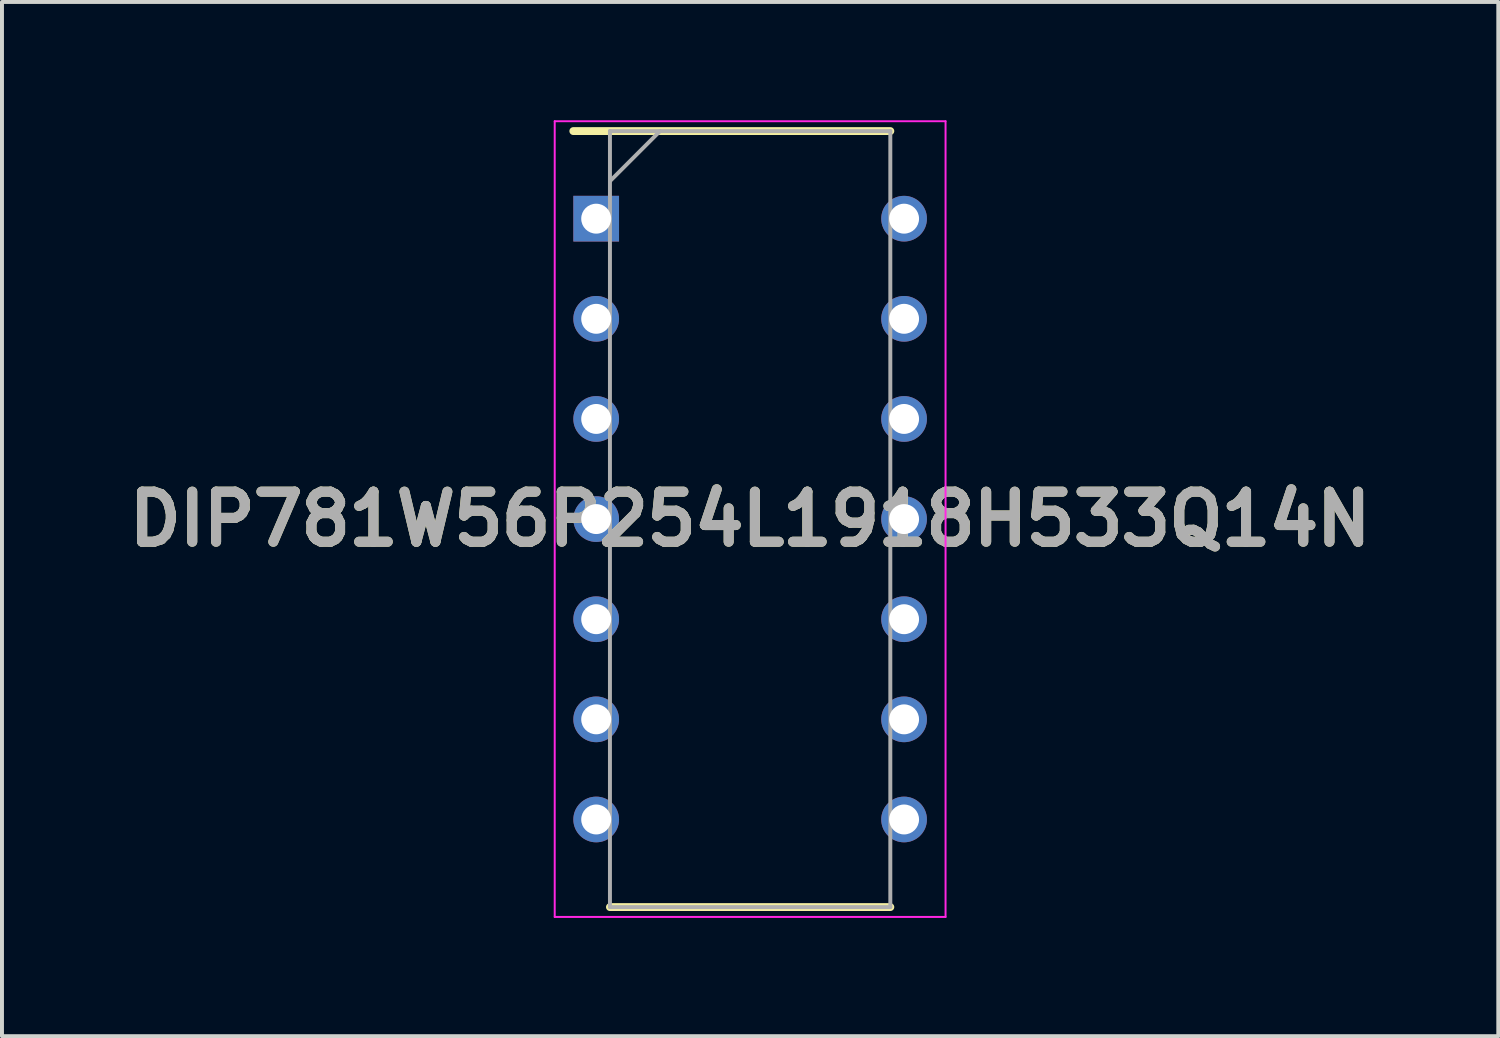
<source format=kicad_pcb>
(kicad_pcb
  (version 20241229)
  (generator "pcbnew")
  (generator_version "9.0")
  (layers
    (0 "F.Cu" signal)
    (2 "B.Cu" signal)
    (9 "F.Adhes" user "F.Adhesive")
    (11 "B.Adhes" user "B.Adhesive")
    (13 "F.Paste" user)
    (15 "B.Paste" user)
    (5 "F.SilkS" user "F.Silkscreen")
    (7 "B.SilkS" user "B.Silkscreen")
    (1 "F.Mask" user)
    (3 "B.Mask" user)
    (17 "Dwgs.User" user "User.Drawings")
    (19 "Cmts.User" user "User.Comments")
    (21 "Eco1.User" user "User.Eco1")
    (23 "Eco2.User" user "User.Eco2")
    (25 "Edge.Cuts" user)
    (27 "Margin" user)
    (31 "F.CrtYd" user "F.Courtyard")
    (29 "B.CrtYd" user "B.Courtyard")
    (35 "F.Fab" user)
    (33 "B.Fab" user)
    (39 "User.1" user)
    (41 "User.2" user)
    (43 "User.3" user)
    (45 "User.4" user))
  (footprint "DIP781W56P254L1918H533Q14N"
    (layer "F.Cu")
    (at 15.978 10.117)
    (property "Reference" "DIP781W56P254L1918H533Q14N" (at 0 0 0) (layer "F.SilkS") (effects (font (size 1.27 1.27) (thickness 0.254))))
    (attr through_hole)
    (fp_line (start -4.485 -9.842) (end 3.556 -9.842) (stroke (width 0.2) (type solid)) (layer "F.SilkS"))
    (fp_line (start -3.556 9.842) (end 3.556 9.842) (stroke (width 0.2) (type solid)) (layer "F.SilkS"))
    (fp_line (start -4.957 -10.092) (end 4.957 -10.092) (stroke (width 0.05) (type solid)) (layer "F.CrtYd"))
    (fp_line (start -4.957 10.092) (end -4.957 -10.092) (stroke (width 0.05) (type solid)) (layer "F.CrtYd"))
    (fp_line (start 4.957 -10.092) (end 4.957 10.092) (stroke (width 0.05) (type solid)) (layer "F.CrtYd"))
    (fp_line (start 4.957 10.092) (end -4.957 10.092) (stroke (width 0.05) (type solid)) (layer "F.CrtYd"))
    (fp_line (start -3.556 -9.842) (end 3.556 -9.842) (stroke (width 0.1) (type solid)) (layer "F.Fab"))
    (fp_line (start -3.556 -8.572) (end -2.286 -9.842) (stroke (width 0.1) (type solid)) (layer "F.Fab"))
    (fp_line (start -3.556 9.842) (end -3.556 -9.842) (stroke (width 0.1) (type solid)) (layer "F.Fab"))
    (fp_line (start 3.556 -9.842) (end 3.556 9.842) (stroke (width 0.1) (type solid)) (layer "F.Fab"))
    (fp_line (start 3.556 9.842) (end -3.556 9.842) (stroke (width 0.1) (type solid)) (layer "F.Fab"))
    (fp_text user "${REFERENCE}" (at 0 0 0) (layer "F.Fab") (effects (font (size 1.27 1.27) (thickness 0.254))))
    (pad "1" thru_hole rect (at -3.905 -7.62) (size 1.159 1.159) (drill 0.759) (layers "*.Cu" "*.Mask"))
    (pad "2" thru_hole circle (at -3.905 -5.08) (size 1.159 1.159) (drill 0.759) (layers "*.Cu" "*.Mask"))
    (pad "3" thru_hole circle (at -3.905 -2.54) (size 1.159 1.159) (drill 0.759) (layers "*.Cu" "*.Mask"))
    (pad "4" thru_hole circle (at -3.905 0) (size 1.159 1.159) (drill 0.759) (layers "*.Cu" "*.Mask"))
    (pad "5" thru_hole circle (at -3.905 2.54) (size 1.159 1.159) (drill 0.759) (layers "*.Cu" "*.Mask"))
    (pad "6" thru_hole circle (at -3.905 5.08) (size 1.159 1.159) (drill 0.759) (layers "*.Cu" "*.Mask"))
    (pad "7" thru_hole circle (at -3.905 7.62) (size 1.159 1.159) (drill 0.759) (layers "*.Cu" "*.Mask"))
    (pad "8" thru_hole circle (at 3.905 7.62) (size 1.159 1.159) (drill 0.759) (layers "*.Cu" "*.Mask"))
    (pad "9" thru_hole circle (at 3.905 5.08) (size 1.159 1.159) (drill 0.759) (layers "*.Cu" "*.Mask"))
    (pad "10" thru_hole circle (at 3.905 2.54) (size 1.159 1.159) (drill 0.759) (layers "*.Cu" "*.Mask"))
    (pad "11" thru_hole circle (at 3.905 0) (size 1.159 1.159) (drill 0.759) (layers "*.Cu" "*.Mask"))
    (pad "12" thru_hole circle (at 3.905 -2.54) (size 1.159 1.159) (drill 0.759) (layers "*.Cu" "*.Mask"))
    (pad "13" thru_hole circle (at 3.905 -5.08) (size 1.159 1.159) (drill 0.759) (layers "*.Cu" "*.Mask"))
    (pad "14" thru_hole circle (at 3.905 -7.62) (size 1.159 1.159) (drill 0.759) (layers "*.Cu" "*.Mask")))
  (gr_rect
    (start -3 -3)
    (end 34.956 23.234)
    (stroke (width 0.1) (type default))
    (fill no)
    (layer "Edge.Cuts")))
</source>
